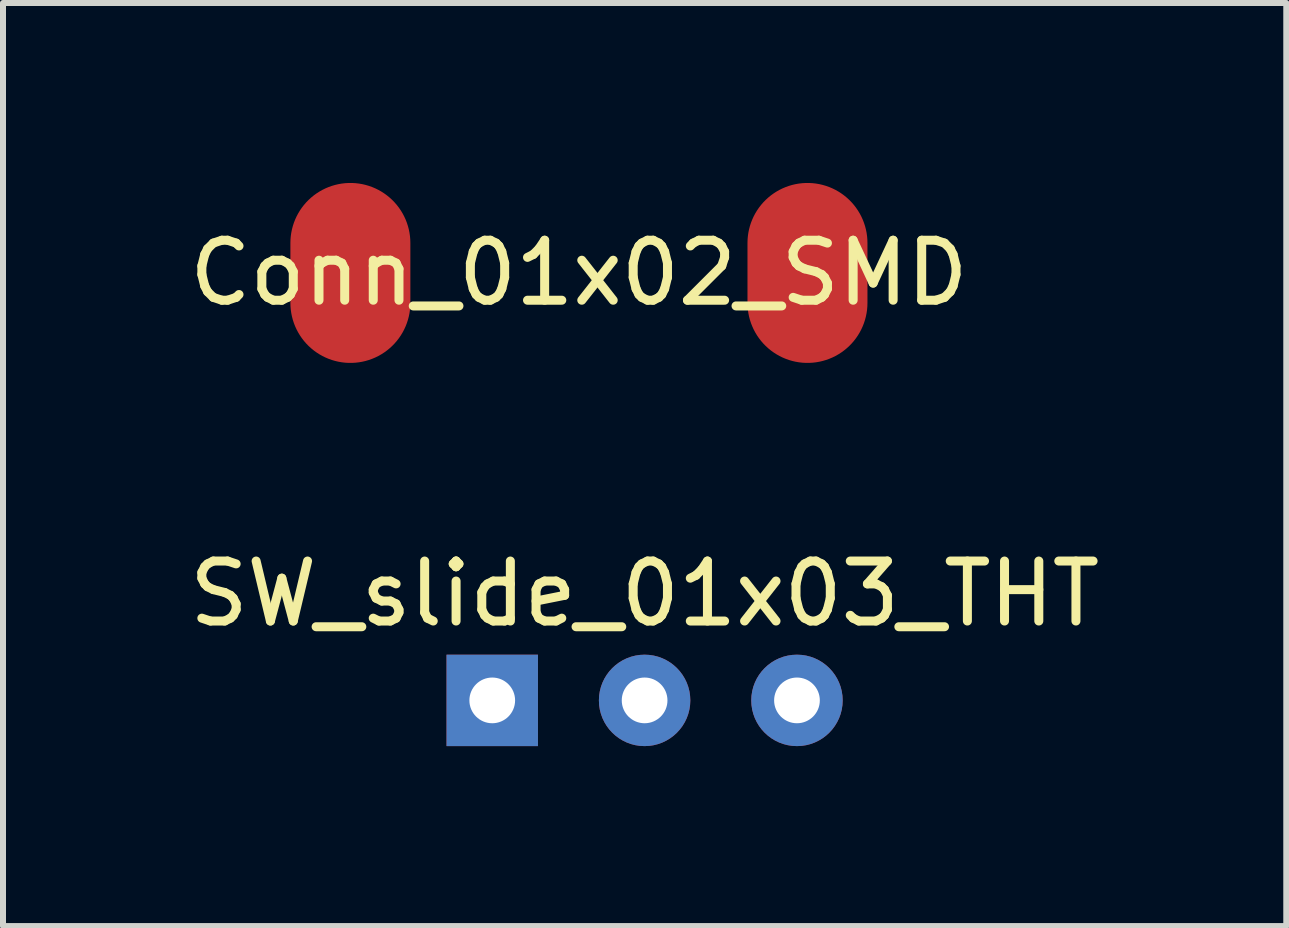
<source format=kicad_pcb>
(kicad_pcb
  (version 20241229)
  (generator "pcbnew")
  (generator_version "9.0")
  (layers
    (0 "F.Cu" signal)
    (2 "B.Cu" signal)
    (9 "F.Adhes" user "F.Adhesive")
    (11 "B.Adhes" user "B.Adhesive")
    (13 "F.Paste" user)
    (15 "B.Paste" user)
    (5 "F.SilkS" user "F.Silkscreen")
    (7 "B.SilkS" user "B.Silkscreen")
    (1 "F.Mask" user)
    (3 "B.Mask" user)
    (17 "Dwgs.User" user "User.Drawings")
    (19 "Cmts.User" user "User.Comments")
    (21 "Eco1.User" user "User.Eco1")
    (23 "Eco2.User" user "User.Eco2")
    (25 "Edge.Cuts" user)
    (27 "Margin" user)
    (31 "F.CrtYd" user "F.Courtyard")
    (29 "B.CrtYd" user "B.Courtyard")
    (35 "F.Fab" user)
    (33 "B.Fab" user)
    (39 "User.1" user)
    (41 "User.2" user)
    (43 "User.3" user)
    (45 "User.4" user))
  (footprint "SW_slide_01x03_THT"
    (layer "F.Cu")
    (at 7.696 8.626)
    (property "Reference" "SW_slide_01x03_THT" (at 0 -1.778 0) (layer "F.SilkS") (effects (font (size 1 1) (thickness 0.15))))
    (attr through_hole)
    (pad "1" thru_hole rect (at -2.54 0) (size 1.524 1.524) (drill 0.762) (layers "*.Cu" "*.Mask"))
    (pad "2" thru_hole circle (at 0 0) (size 1.524 1.524) (drill 0.762) (layers "*.Cu" "*.Mask"))
    (pad "3" thru_hole circle (at 2.54 0) (size 1.524 1.524) (drill 0.762) (layers "*.Cu" "*.Mask")))
  (footprint "Conn_01x02_SMD"
    (layer "F.Cu")
    (at 6.601 1.5)
    (property "Reference" "Conn_01x02_SMD" (at 0 0 0) (layer "F.SilkS") (effects (font (size 1 1) (thickness 0.15))))
    (attr through_hole)
    (pad "1" smd oval (at -3.81 0) (size 2 3) (layers "F.Cu" "F.Mask" "F.Paste"))
    (pad "2" smd oval (at 3.81 0) (size 2 3) (layers "F.Cu" "F.Mask" "F.Paste")))
  (gr_rect
    (start -3 -3)
    (end 18.393 12.388)
    (stroke (width 0.1) (type default))
    (fill no)
    (layer "Edge.Cuts")))
</source>
